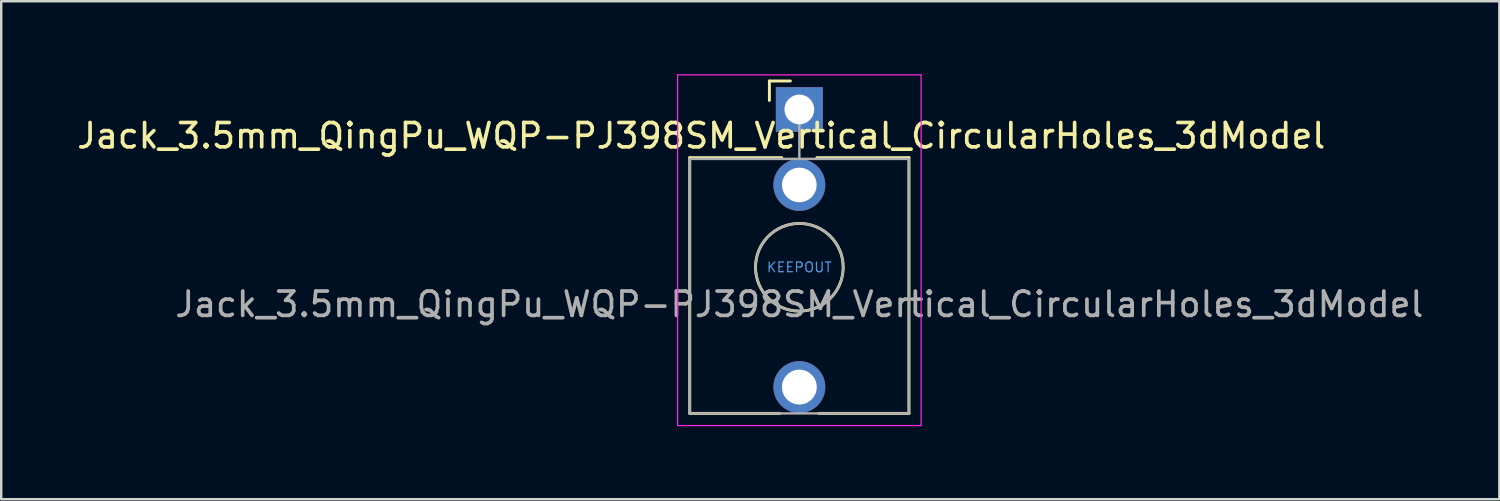
<source format=kicad_pcb>
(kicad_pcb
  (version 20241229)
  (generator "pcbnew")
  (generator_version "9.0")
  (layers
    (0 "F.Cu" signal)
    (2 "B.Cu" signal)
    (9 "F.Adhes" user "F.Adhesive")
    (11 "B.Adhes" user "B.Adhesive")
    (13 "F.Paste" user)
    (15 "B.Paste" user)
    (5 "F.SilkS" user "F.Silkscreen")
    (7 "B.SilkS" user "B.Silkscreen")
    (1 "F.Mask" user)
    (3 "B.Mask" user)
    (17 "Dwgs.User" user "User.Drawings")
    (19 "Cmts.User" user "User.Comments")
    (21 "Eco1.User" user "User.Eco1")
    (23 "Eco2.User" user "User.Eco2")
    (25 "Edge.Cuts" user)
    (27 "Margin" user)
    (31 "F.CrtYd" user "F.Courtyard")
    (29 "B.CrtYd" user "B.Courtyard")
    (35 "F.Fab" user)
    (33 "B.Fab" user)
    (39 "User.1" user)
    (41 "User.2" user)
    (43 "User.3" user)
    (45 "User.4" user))
  (footprint "Jack_3.5mm_QingPu_WQP-PJ398SM_Vertical_CircularHoles_3dModel"
    (layer "F.Cu")
    (at 29.774 7.92)
    (property "Reference" "Jack_3.5mm_QingPu_WQP-PJ398SM_Vertical_CircularHoles_3dModel" (at -4.03 -5.395 180) (layer "F.SilkS") (effects (font (size 1 1) (thickness 0.15))))
    (attr through_hole)
    (fp_line (start -4.5 -4.495) (end -4.5 6.005) (stroke (width 0.12) (type solid)) (layer "F.SilkS"))
    (fp_line (start -1.23 -7.645) (end -1.23 -6.845) (stroke (width 0.12) (type solid)) (layer "F.SilkS"))
    (fp_line (start -1.23 -7.645) (end -0.37 -7.645) (stroke (width 0.12) (type solid)) (layer "F.SilkS"))
    (fp_line (start -0.8 6.005) (end -4.5 6.005) (stroke (width 0.12) (type solid)) (layer "F.SilkS"))
    (fp_line (start -0.72 -4.495) (end -4.5 -4.495) (stroke (width 0.12) (type solid)) (layer "F.SilkS"))
    (fp_line (start 4.5 -4.495) (end 0.72 -4.495) (stroke (width 0.12) (type solid)) (layer "F.SilkS"))
    (fp_line (start 4.5 -4.495) (end 4.5 6.005) (stroke (width 0.12) (type solid)) (layer "F.SilkS"))
    (fp_line (start 4.5 6.005) (end 0.8 6.005) (stroke (width 0.12) (type solid)) (layer "F.SilkS"))
    (fp_circle (center 0 0.005) (end 1.8 0.005) (stroke (width 0.12) (type solid)) (fill no) (layer "F.SilkS"))
    (fp_line (start -5 6.505) (end -5 -7.895) (stroke (width 0.05) (type solid)) (layer "F.CrtYd"))
    (fp_line (start 5 -7.895) (end -5 -7.895) (stroke (width 0.05) (type solid)) (layer "F.CrtYd"))
    (fp_line (start 5 6.505) (end -5 6.505) (stroke (width 0.05) (type solid)) (layer "F.CrtYd"))
    (fp_line (start 5 6.505) (end 5 -7.895) (stroke (width 0.05) (type solid)) (layer "F.CrtYd"))
    (fp_line (start -4.5 6.005) (end -4.5 -4.395) (stroke (width 0.1) (type solid)) (layer "F.Fab"))
    (fp_line (start 0 -6.475) (end 0 -4.445) (stroke (width 0.1) (type solid)) (layer "F.Fab"))
    (fp_line (start 4.5 -4.445) (end -4.5 -4.445) (stroke (width 0.1) (type solid)) (layer "F.Fab"))
    (fp_line (start 4.5 6.005) (end -4.5 6.005) (stroke (width 0.1) (type solid)) (layer "F.Fab"))
    (fp_line (start 4.5 6.005) (end 4.5 -4.395) (stroke (width 0.1) (type solid)) (layer "F.Fab"))
    (fp_circle (center 0 0.005) (end 1.8 0.005) (stroke (width 0.1) (type solid)) (fill no) (layer "F.Fab"))
    (fp_text user "KEEPOUT" (at 0 0.005 0) (layer "Cmts.User") (effects (font (size 0.4 0.4) (thickness 0.051))))
    (fp_text user "${REFERENCE}" (at 0 1.525 180) (layer "F.Fab") (effects (font (size 1 1) (thickness 0.15))))
    (pad "S" thru_hole rect (at 0 -6.475 180) (size 1.93 1.83) (drill 1.22) (layers "*.Cu" "*.Mask"))
    (pad "T" thru_hole circle (at 0 4.925 180) (size 2.13 2.13) (drill 1.43) (layers "*.Cu" "*.Mask"))
    (pad "TN" thru_hole circle (at 0 -3.375 180) (size 2.13 2.13) (drill 1.42) (layers "*.Cu" "*.Mask"))
    (zone (net_name "") (layer "F.Cu") (hatch full 0.508) (connect_pads) (min_thickness 0.254) (filled_areas_thickness no) (keepout (tracks not_allowed) (vias not_allowed) (pads not_allowed) (copperpour not_allowed) (footprints not_allowed)) (placement (enabled no)) (fill) (polygon (pts (xy 31.279 7.925) (xy 31.259 7.679) (xy 31.199 7.44) (xy 31.101 7.214) (xy 30.967 7.007) (xy 30.801 6.824) (xy 30.607 6.671) (xy 30.391 6.552) (xy 30.159 6.47) (xy 29.916 6.427) (xy 29.669 6.424) (xy 29.425 6.461) (xy 29.191 6.537) (xy 28.972 6.651) (xy 28.775 6.799) (xy 28.604 6.978) (xy 28.465 7.182) (xy 28.361 7.405) (xy 28.296 7.643) (xy 28.269 7.888) (xy 28.284 8.134) (xy 28.338 8.375) (xy 28.431 8.604) (xy 28.559 8.814) (xy 28.721 9) (xy 28.911 9.158) (xy 29.124 9.282) (xy 29.354 9.37) (xy 29.596 9.42) (xy 29.842 9.429) (xy 30.087 9.397) (xy 30.323 9.326) (xy 30.545 9.218) (xy 30.746 9.075) (xy 30.92 8.901) (xy 31.064 8.7) (xy 31.173 8.479) (xy 31.245 8.243) (xy 31.277 7.999)))))
  (gr_rect
    (start -3 -3)
    (end 58.518 17.45)
    (stroke (width 0.1) (type default))
    (fill no)
    (layer "Edge.Cuts")))
</source>
